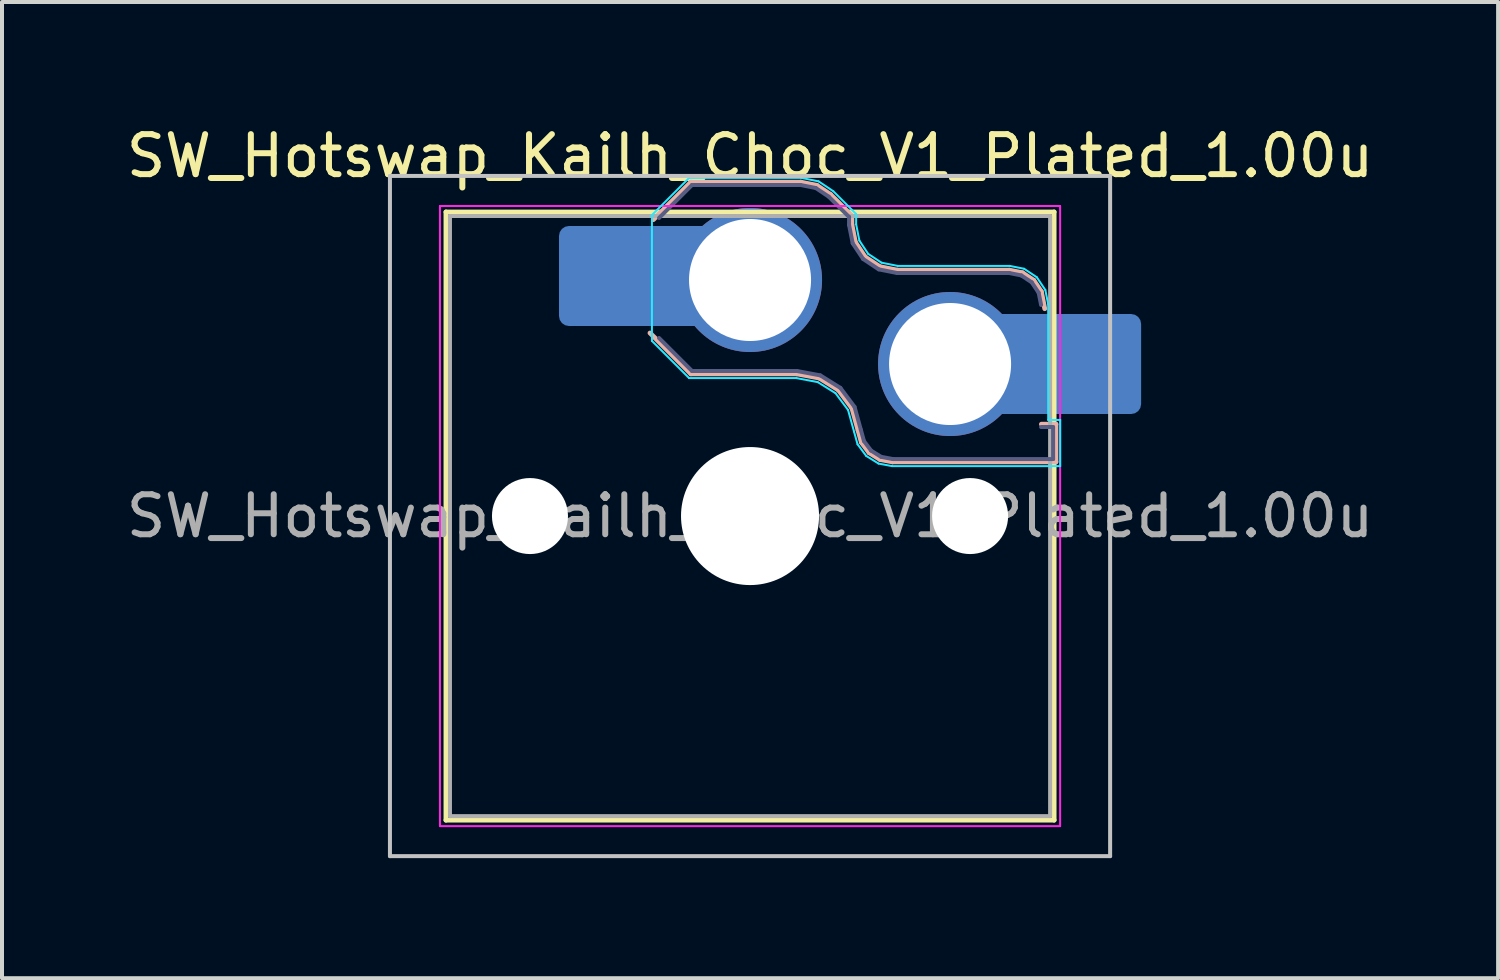
<source format=kicad_pcb>
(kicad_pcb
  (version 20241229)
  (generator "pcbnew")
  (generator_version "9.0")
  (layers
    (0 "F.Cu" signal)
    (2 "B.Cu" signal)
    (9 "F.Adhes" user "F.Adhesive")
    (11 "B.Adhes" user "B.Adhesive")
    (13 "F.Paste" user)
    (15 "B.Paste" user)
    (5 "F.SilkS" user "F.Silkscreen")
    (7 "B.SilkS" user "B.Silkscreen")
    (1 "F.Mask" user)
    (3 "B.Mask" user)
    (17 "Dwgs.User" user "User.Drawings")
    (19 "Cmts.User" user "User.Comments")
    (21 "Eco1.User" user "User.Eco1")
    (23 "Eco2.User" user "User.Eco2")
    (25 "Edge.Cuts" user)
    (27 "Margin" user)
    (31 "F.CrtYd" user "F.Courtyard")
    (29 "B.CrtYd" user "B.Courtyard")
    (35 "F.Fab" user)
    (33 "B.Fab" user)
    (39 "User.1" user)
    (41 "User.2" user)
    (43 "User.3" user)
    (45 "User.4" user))
  (footprint "SW_Hotswap_Kailh_Choc_V1_Plated_1.00u"
    (layer "F.Cu")
    (at 15.696 9.848)
    (property "Reference" "SW_Hotswap_Kailh_Choc_V1_Plated_1.00u" (at 0 -9 0) (layer "F.SilkS") (effects (font (size 1 1) (thickness 0.15))))
    (attr smd)
    (fp_line (start -7.6 -7.6) (end -7.6 7.6) (stroke (width 0.12) (type solid)) (layer "F.SilkS"))
    (fp_line (start -7.6 7.6) (end 7.6 7.6) (stroke (width 0.12) (type solid)) (layer "F.SilkS"))
    (fp_line (start 7.6 -7.6) (end -7.6 -7.6) (stroke (width 0.12) (type solid)) (layer "F.SilkS"))
    (fp_line (start 7.6 7.6) (end 7.6 -7.6) (stroke (width 0.12) (type solid)) (layer "F.SilkS"))
    (fp_line (start -2.416 -7.409) (end -1.479 -8.346) (stroke (width 0.12) (type solid)) (layer "B.SilkS"))
    (fp_line (start -1.479 -8.346) (end 1.268 -8.346) (stroke (width 0.12) (type solid)) (layer "B.SilkS"))
    (fp_line (start -1.479 -3.554) (end -2.5 -4.575) (stroke (width 0.12) (type solid)) (layer "B.SilkS"))
    (fp_line (start 1.168 -3.554) (end -1.479 -3.554) (stroke (width 0.12) (type solid)) (layer "B.SilkS"))
    (fp_line (start 1.268 -8.346) (end 1.671 -8.266) (stroke (width 0.12) (type solid)) (layer "B.SilkS"))
    (fp_line (start 1.671 -8.266) (end 2.013 -8.037) (stroke (width 0.12) (type solid)) (layer "B.SilkS"))
    (fp_line (start 1.73 -3.449) (end 1.168 -3.554) (stroke (width 0.12) (type solid)) (layer "B.SilkS"))
    (fp_line (start 2.013 -8.037) (end 2.546 -7.504) (stroke (width 0.12) (type solid)) (layer "B.SilkS"))
    (fp_line (start 2.209 -3.15) (end 1.73 -3.449) (stroke (width 0.12) (type solid)) (layer "B.SilkS"))
    (fp_line (start 2.546 -7.504) (end 2.546 -7.282) (stroke (width 0.12) (type solid)) (layer "B.SilkS"))
    (fp_line (start 2.546 -7.282) (end 2.633 -6.844) (stroke (width 0.12) (type solid)) (layer "B.SilkS"))
    (fp_line (start 2.547 -2.697) (end 2.209 -3.15) (stroke (width 0.12) (type solid)) (layer "B.SilkS"))
    (fp_line (start 2.633 -6.844) (end 2.877 -6.477) (stroke (width 0.12) (type solid)) (layer "B.SilkS"))
    (fp_line (start 2.701 -2.139) (end 2.547 -2.697) (stroke (width 0.12) (type solid)) (layer "B.SilkS"))
    (fp_line (start 2.783 -1.841) (end 2.701 -2.139) (stroke (width 0.12) (type solid)) (layer "B.SilkS"))
    (fp_line (start 2.877 -6.477) (end 3.244 -6.233) (stroke (width 0.12) (type solid)) (layer "B.SilkS"))
    (fp_line (start 2.976 -1.583) (end 2.783 -1.841) (stroke (width 0.12) (type solid)) (layer "B.SilkS"))
    (fp_line (start 3.244 -6.233) (end 3.682 -6.146) (stroke (width 0.12) (type solid)) (layer "B.SilkS"))
    (fp_line (start 3.25 -1.413) (end 2.976 -1.583) (stroke (width 0.12) (type solid)) (layer "B.SilkS"))
    (fp_line (start 3.56 -1.354) (end 3.25 -1.413) (stroke (width 0.12) (type solid)) (layer "B.SilkS"))
    (fp_line (start 3.682 -6.146) (end 6.482 -6.146) (stroke (width 0.12) (type solid)) (layer "B.SilkS"))
    (fp_line (start 6.482 -6.146) (end 6.809 -6.081) (stroke (width 0.12) (type solid)) (layer "B.SilkS"))
    (fp_line (start 6.809 -6.081) (end 7.092 -5.892) (stroke (width 0.12) (type solid)) (layer "B.SilkS"))
    (fp_line (start 7.092 -5.892) (end 7.281 -5.609) (stroke (width 0.12) (type solid)) (layer "B.SilkS"))
    (fp_line (start 7.281 -5.609) (end 7.366 -5.182) (stroke (width 0.12) (type solid)) (layer "B.SilkS"))
    (fp_line (start 7.283 -2.296) (end 7.646 -2.296) (stroke (width 0.12) (type solid)) (layer "B.SilkS"))
    (fp_line (start 7.646 -2.296) (end 7.646 -1.354) (stroke (width 0.12) (type solid)) (layer "B.SilkS"))
    (fp_line (start 7.646 -1.354) (end 3.56 -1.354) (stroke (width 0.12) (type solid)) (layer "B.SilkS"))
    (fp_line (start -9 -8.5) (end -9 8.5) (stroke (width 0.1) (type solid)) (layer "Dwgs.User"))
    (fp_line (start -9 8.5) (end 9 8.5) (stroke (width 0.1) (type solid)) (layer "Dwgs.User"))
    (fp_line (start 9 -8.5) (end -9 -8.5) (stroke (width 0.1) (type solid)) (layer "Dwgs.User"))
    (fp_line (start 9 8.5) (end 9 -8.5) (stroke (width 0.1) (type solid)) (layer "Dwgs.User"))
    (fp_line (start -7.25 -7.25) (end -7.25 7.25) (stroke (width 0.1) (type solid)) (layer "Eco1.User"))
    (fp_line (start -7.25 7.25) (end 7.25 7.25) (stroke (width 0.1) (type solid)) (layer "Eco1.User"))
    (fp_line (start 7.25 -7.25) (end -7.25 -7.25) (stroke (width 0.1) (type solid)) (layer "Eco1.User"))
    (fp_line (start 7.25 7.25) (end 7.25 -7.25) (stroke (width 0.1) (type solid)) (layer "Eco1.User"))
    (fp_line (start -2.452 -7.523) (end -1.523 -8.452) (stroke (width 0.05) (type solid)) (layer "B.CrtYd"))
    (fp_line (start -2.452 -4.377) (end -2.452 -7.523) (stroke (width 0.05) (type solid)) (layer "B.CrtYd"))
    (fp_line (start -1.523 -8.452) (end 1.278 -8.452) (stroke (width 0.05) (type solid)) (layer "B.CrtYd"))
    (fp_line (start -1.523 -3.448) (end -2.452 -4.377) (stroke (width 0.05) (type solid)) (layer "B.CrtYd"))
    (fp_line (start 1.159 -3.448) (end -1.523 -3.448) (stroke (width 0.05) (type solid)) (layer "B.CrtYd"))
    (fp_line (start 1.278 -8.452) (end 1.712 -8.366) (stroke (width 0.05) (type solid)) (layer "B.CrtYd"))
    (fp_line (start 1.691 -3.348) (end 1.159 -3.448) (stroke (width 0.05) (type solid)) (layer "B.CrtYd"))
    (fp_line (start 1.712 -8.366) (end 2.081 -8.119) (stroke (width 0.05) (type solid)) (layer "B.CrtYd"))
    (fp_line (start 2.081 -8.119) (end 2.652 -7.548) (stroke (width 0.05) (type solid)) (layer "B.CrtYd"))
    (fp_line (start 2.136 -3.071) (end 1.691 -3.348) (stroke (width 0.05) (type solid)) (layer "B.CrtYd"))
    (fp_line (start 2.45 -2.65) (end 2.136 -3.071) (stroke (width 0.05) (type solid)) (layer "B.CrtYd"))
    (fp_line (start 2.599 -2.111) (end 2.45 -2.65) (stroke (width 0.05) (type solid)) (layer "B.CrtYd"))
    (fp_line (start 2.652 -7.548) (end 2.652 -7.292) (stroke (width 0.05) (type solid)) (layer "B.CrtYd"))
    (fp_line (start 2.652 -7.292) (end 2.733 -6.885) (stroke (width 0.05) (type solid)) (layer "B.CrtYd"))
    (fp_line (start 2.687 -1.794) (end 2.599 -2.111) (stroke (width 0.05) (type solid)) (layer "B.CrtYd"))
    (fp_line (start 2.733 -6.885) (end 2.953 -6.553) (stroke (width 0.05) (type solid)) (layer "B.CrtYd"))
    (fp_line (start 2.903 -1.503) (end 2.687 -1.794) (stroke (width 0.05) (type solid)) (layer "B.CrtYd"))
    (fp_line (start 2.953 -6.553) (end 3.285 -6.333) (stroke (width 0.05) (type solid)) (layer "B.CrtYd"))
    (fp_line (start 3.211 -1.312) (end 2.903 -1.503) (stroke (width 0.05) (type solid)) (layer "B.CrtYd"))
    (fp_line (start 3.285 -6.333) (end 3.692 -6.252) (stroke (width 0.05) (type solid)) (layer "B.CrtYd"))
    (fp_line (start 3.55 -1.248) (end 3.211 -1.312) (stroke (width 0.05) (type solid)) (layer "B.CrtYd"))
    (fp_line (start 3.692 -6.252) (end 6.492 -6.252) (stroke (width 0.05) (type solid)) (layer "B.CrtYd"))
    (fp_line (start 6.492 -6.252) (end 6.85 -6.181) (stroke (width 0.05) (type solid)) (layer "B.CrtYd"))
    (fp_line (start 6.85 -6.181) (end 7.168 -5.968) (stroke (width 0.05) (type solid)) (layer "B.CrtYd"))
    (fp_line (start 7.168 -5.968) (end 7.381 -5.65) (stroke (width 0.05) (type solid)) (layer "B.CrtYd"))
    (fp_line (start 7.381 -5.65) (end 7.452 -5.292) (stroke (width 0.05) (type solid)) (layer "B.CrtYd"))
    (fp_line (start 7.452 -5.292) (end 7.452 -2.402) (stroke (width 0.05) (type solid)) (layer "B.CrtYd"))
    (fp_line (start 7.452 -2.402) (end 7.752 -2.402) (stroke (width 0.05) (type solid)) (layer "B.CrtYd"))
    (fp_line (start 7.752 -2.402) (end 7.752 -1.248) (stroke (width 0.05) (type solid)) (layer "B.CrtYd"))
    (fp_line (start 7.752 -1.248) (end 3.55 -1.248) (stroke (width 0.05) (type solid)) (layer "B.CrtYd"))
    (fp_line (start -7.75 -7.75) (end -7.75 7.75) (stroke (width 0.05) (type solid)) (layer "F.CrtYd"))
    (fp_line (start -7.75 7.75) (end 7.75 7.75) (stroke (width 0.05) (type solid)) (layer "F.CrtYd"))
    (fp_line (start 7.75 -7.75) (end -7.75 -7.75) (stroke (width 0.05) (type solid)) (layer "F.CrtYd"))
    (fp_line (start 7.75 7.75) (end 7.75 -7.75) (stroke (width 0.05) (type solid)) (layer "F.CrtYd"))
    (fp_line (start -2.275 -7.45) (end -1.45 -8.275) (stroke (width 0.1) (type solid)) (layer "B.Fab"))
    (fp_line (start -1.45 -8.275) (end 1.261 -8.275) (stroke (width 0.1) (type solid)) (layer "B.Fab"))
    (fp_line (start -1.45 -3.625) (end -2.275 -4.45) (stroke (width 0.1) (type solid)) (layer "B.Fab"))
    (fp_line (start 1.175 -3.625) (end -1.45 -3.625) (stroke (width 0.1) (type solid)) (layer "B.Fab"))
    (fp_line (start 1.261 -8.275) (end 1.643 -8.199) (stroke (width 0.1) (type solid)) (layer "B.Fab"))
    (fp_line (start 1.643 -8.199) (end 1.968 -7.982) (stroke (width 0.1) (type solid)) (layer "B.Fab"))
    (fp_line (start 1.756 -3.516) (end 1.175 -3.625) (stroke (width 0.1) (type solid)) (layer "B.Fab"))
    (fp_line (start 1.968 -7.982) (end 2.475 -7.475) (stroke (width 0.1) (type solid)) (layer "B.Fab"))
    (fp_line (start 2.258 -3.203) (end 1.756 -3.516) (stroke (width 0.1) (type solid)) (layer "B.Fab"))
    (fp_line (start 2.475 -7.475) (end 2.475 -7.275) (stroke (width 0.1) (type solid)) (layer "B.Fab"))
    (fp_line (start 2.475 -7.275) (end 2.566 -6.816) (stroke (width 0.1) (type solid)) (layer "B.Fab"))
    (fp_line (start 2.566 -6.816) (end 2.826 -6.426) (stroke (width 0.1) (type solid)) (layer "B.Fab"))
    (fp_line (start 2.612 -2.729) (end 2.258 -3.203) (stroke (width 0.1) (type solid)) (layer "B.Fab"))
    (fp_line (start 2.769 -2.158) (end 2.612 -2.729) (stroke (width 0.1) (type solid)) (layer "B.Fab"))
    (fp_line (start 2.826 -6.426) (end 3.216 -6.166) (stroke (width 0.1) (type solid)) (layer "B.Fab"))
    (fp_line (start 2.848 -1.873) (end 2.769 -2.158) (stroke (width 0.1) (type solid)) (layer "B.Fab"))
    (fp_line (start 3.025 -1.636) (end 2.848 -1.873) (stroke (width 0.1) (type solid)) (layer "B.Fab"))
    (fp_line (start 3.216 -6.166) (end 3.675 -6.075) (stroke (width 0.1) (type solid)) (layer "B.Fab"))
    (fp_line (start 3.276 -1.48) (end 3.025 -1.636) (stroke (width 0.1) (type solid)) (layer "B.Fab"))
    (fp_line (start 3.567 -1.425) (end 3.276 -1.48) (stroke (width 0.1) (type solid)) (layer "B.Fab"))
    (fp_line (start 3.675 -6.075) (end 6.475 -6.075) (stroke (width 0.1) (type solid)) (layer "B.Fab"))
    (fp_line (start 6.475 -6.075) (end 6.781 -6.014) (stroke (width 0.1) (type solid)) (layer "B.Fab"))
    (fp_line (start 6.781 -6.014) (end 7.041 -5.841) (stroke (width 0.1) (type solid)) (layer "B.Fab"))
    (fp_line (start 7.041 -5.841) (end 7.214 -5.581) (stroke (width 0.1) (type solid)) (layer "B.Fab"))
    (fp_line (start 7.214 -5.581) (end 7.275 -5.275) (stroke (width 0.1) (type solid)) (layer "B.Fab"))
    (fp_line (start 7.275 -2.225) (end 7.575 -2.225) (stroke (width 0.1) (type solid)) (layer "B.Fab"))
    (fp_line (start 7.575 -2.225) (end 7.575 -1.425) (stroke (width 0.1) (type solid)) (layer "B.Fab"))
    (fp_line (start 7.575 -1.425) (end 3.567 -1.425) (stroke (width 0.1) (type solid)) (layer "B.Fab"))
    (fp_line (start -7.5 -7.5) (end -7.5 7.5) (stroke (width 0.1) (type solid)) (layer "F.Fab"))
    (fp_line (start -7.5 7.5) (end 7.5 7.5) (stroke (width 0.1) (type solid)) (layer "F.Fab"))
    (fp_line (start 7.5 -7.5) (end -7.5 -7.5) (stroke (width 0.1) (type solid)) (layer "F.Fab"))
    (fp_line (start 7.5 7.5) (end 7.5 -7.5) (stroke (width 0.1) (type solid)) (layer "F.Fab"))
    (fp_text user "${REFERENCE}" (at 0 0 0) (layer "F.Fab") (effects (font (size 1 1) (thickness 0.15))))
    (pad "" np_thru_hole circle (at -5.5 0) (size 1.9 1.9) (drill 1.9) (layers "*.Cu" "*.Mask"))
    (pad "" smd roundrect (at -3.5 -6) (size 2.55 2.5) (layers "B.Mask" "B.Paste") (roundrect_rratio 0.1))
    (pad "" np_thru_hole circle (at 0 0) (size 3.45 3.45) (drill 3.45) (layers "*.Cu" "*.Mask"))
    (pad "" np_thru_hole circle (at 5.5 0) (size 1.9 1.9) (drill 1.9) (layers "*.Cu" "*.Mask"))
    (pad "" smd roundrect (at 8.5 -3.8) (size 2.55 2.5) (layers "B.Mask" "B.Paste") (roundrect_rratio 0.1))
    (pad "1" smd roundrect (at -2.85 -6) (size 3.85 2.5) (layers "B.Cu") (roundrect_rratio 0.1))
    (pad "1" thru_hole circle (at 0 -5.9) (size 3.6 3.6) (drill 3.05) (layers "*.Cu" "*.Mask"))
    (pad "2" thru_hole circle (at 5 -3.8) (size 3.6 3.6) (drill 3.05) (layers "*.Cu" "*.Mask"))
    (pad "2" smd roundrect (at 7.85 -3.8) (size 3.85 2.5) (layers "B.Cu") (roundrect_rratio 0.1)))
  (gr_rect
    (start -3 -3)
    (end 34.393 21.398)
    (stroke (width 0.1) (type default))
    (fill no)
    (layer "Edge.Cuts")))
</source>
